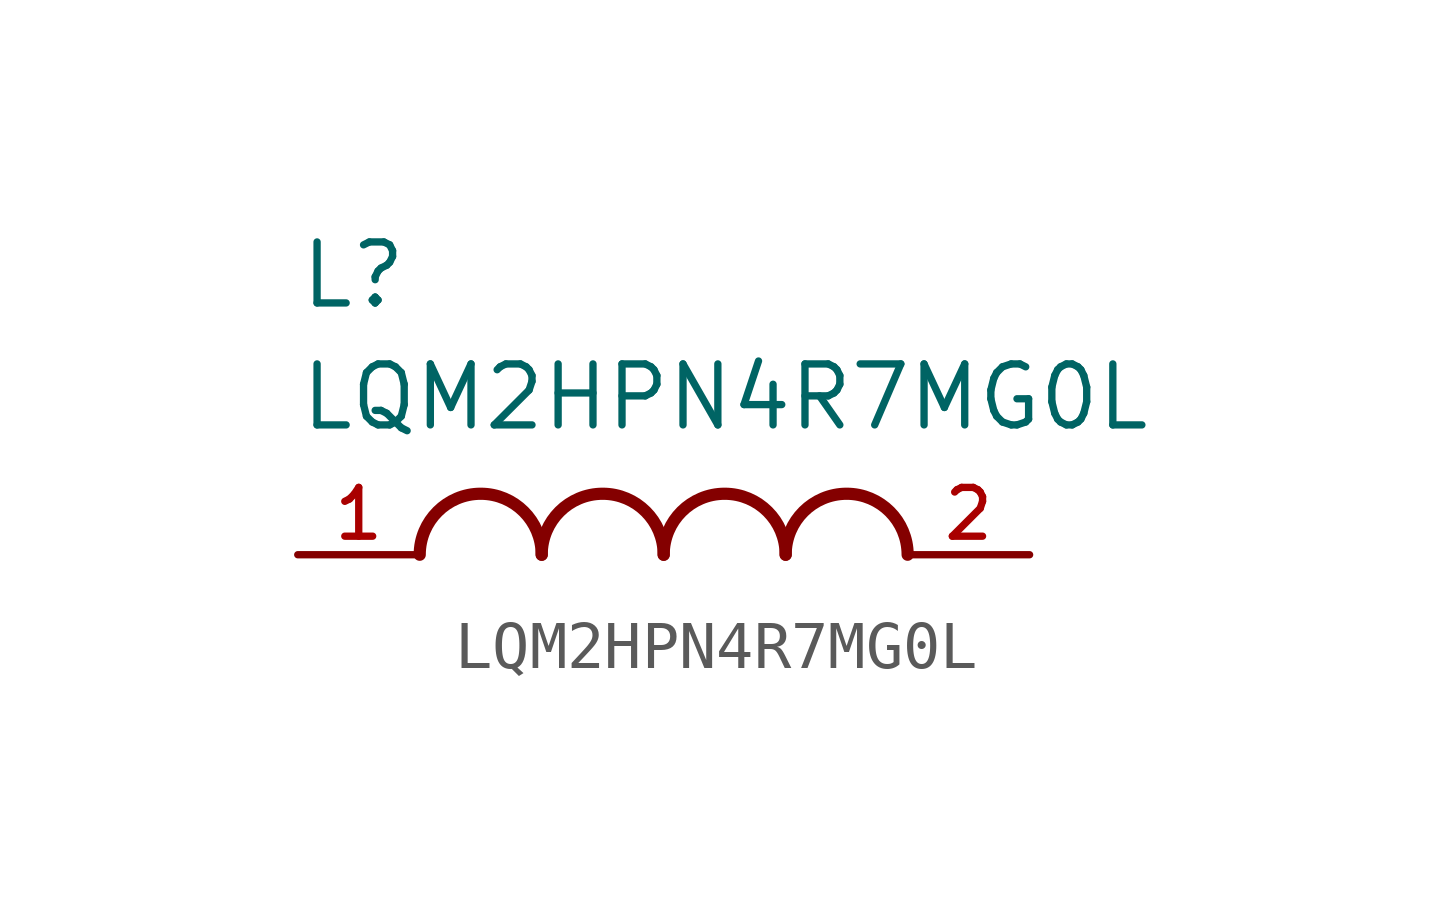
<source format=kicad_sym>
(kicad_symbol_lib
  (version 20211014)
  (generator kicad_symbol_editor)
  (symbol "LQM2HPN4R7MG0L"
    (pin_names
      (offset 1.016))
    (property "Reference" "L"
      (at -7.62 5.08 0)
      (effects (font (size 1.27 1.27)) (justify bottom left)))
    (property "Value" "LQM2HPN4R7MG0L"
      (at -7.62 2.54 0)
      (effects (font (size 1.27 1.27)) (justify bottom left)))
    (symbol "LQM2HPN4R7MG0L_0_0"
      (arc (start -2.54 0.0) (mid -3.81 1.27) (end -5.08 0.0) (stroke (width 0.254) (type default) (color 0 0 0 0)) (fill (type none)))
      (arc (start 0.0 0.0) (mid -1.27 1.27) (end -2.54 0.0) (stroke (width 0.254) (type default) (color 0 0 0 0)) (fill (type none)))
      (arc (start 2.54 0.0) (mid 1.27 1.27) (end 0.0 0.0) (stroke (width 0.254) (type default) (color 0 0 0 0)) (fill (type none)))
      (arc (start 5.08 0.0) (mid 3.81 1.27) (end 2.54 0.0) (stroke (width 0.254) (type default) (color 0 0 0 0)) (fill (type none)))
      (pin passive line (at -7.62 0.0 0) (length 2.54) (name "~" (effects (font (size 1.016 1.016)))) (number "1" (effects (font (size 1.016 1.016)))))
      (pin passive line (at 7.62 0.0 180.0) (length 2.54) (name "~" (effects (font (size 1.016 1.016)))) (number "2" (effects (font (size 1.016 1.016))))))))
</source>
